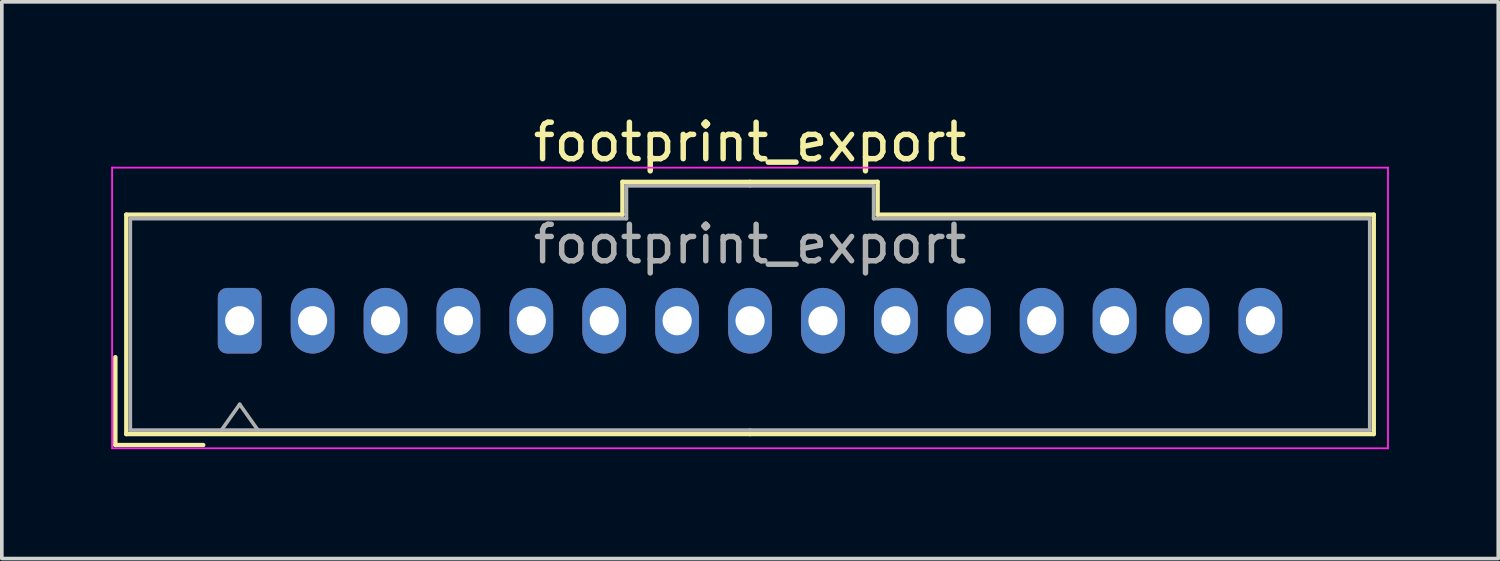
<source format=kicad_pcb>
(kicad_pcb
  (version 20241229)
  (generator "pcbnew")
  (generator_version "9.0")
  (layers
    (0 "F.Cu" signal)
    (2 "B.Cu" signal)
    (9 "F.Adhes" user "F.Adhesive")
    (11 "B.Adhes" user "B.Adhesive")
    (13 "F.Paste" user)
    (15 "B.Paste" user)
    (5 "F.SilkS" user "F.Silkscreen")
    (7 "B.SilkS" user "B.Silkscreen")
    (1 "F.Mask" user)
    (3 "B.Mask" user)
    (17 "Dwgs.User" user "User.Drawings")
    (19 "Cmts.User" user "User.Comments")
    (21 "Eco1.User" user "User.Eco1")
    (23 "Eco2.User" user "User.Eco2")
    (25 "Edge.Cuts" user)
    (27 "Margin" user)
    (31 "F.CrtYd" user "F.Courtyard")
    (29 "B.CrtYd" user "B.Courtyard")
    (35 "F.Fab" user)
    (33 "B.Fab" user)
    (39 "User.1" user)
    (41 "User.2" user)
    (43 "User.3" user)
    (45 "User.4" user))
  (footprint "footprint_export"
    (layer "F.Cu")
    (at 3.525 5.748)
    (property "Reference" "footprint_export" (at 14 -4.9 0) (layer "F.SilkS") (effects (font (size 1 1) (thickness 0.15))))
    (attr through_hole)
    (fp_line (start -3.41 1) (end -3.41 3.41) (stroke (width 0.12) (type solid)) (layer "F.SilkS"))
    (fp_line (start -3.41 3.41) (end -1 3.41) (stroke (width 0.12) (type solid)) (layer "F.SilkS"))
    (fp_line (start -3.11 -2.91) (end -3.11 3.11) (stroke (width 0.12) (type solid)) (layer "F.SilkS"))
    (fp_line (start -3.11 3.11) (end 14 3.11) (stroke (width 0.12) (type solid)) (layer "F.SilkS"))
    (fp_line (start 10.5 -3.81) (end 10.5 -2.91) (stroke (width 0.12) (type solid)) (layer "F.SilkS"))
    (fp_line (start 10.5 -2.91) (end -3.11 -2.91) (stroke (width 0.12) (type solid)) (layer "F.SilkS"))
    (fp_line (start 14 -3.81) (end 10.5 -3.81) (stroke (width 0.12) (type solid)) (layer "F.SilkS"))
    (fp_line (start 14 -3.81) (end 17.5 -3.81) (stroke (width 0.12) (type solid)) (layer "F.SilkS"))
    (fp_line (start 17.5 -3.81) (end 17.5 -2.91) (stroke (width 0.12) (type solid)) (layer "F.SilkS"))
    (fp_line (start 17.5 -2.91) (end 31.11 -2.91) (stroke (width 0.12) (type solid)) (layer "F.SilkS"))
    (fp_line (start 31.11 -2.91) (end 31.11 3.11) (stroke (width 0.12) (type solid)) (layer "F.SilkS"))
    (fp_line (start 31.11 3.11) (end 14 3.11) (stroke (width 0.12) (type solid)) (layer "F.SilkS"))
    (fp_line (start -3.5 -4.2) (end -3.5 3.5) (stroke (width 0.05) (type solid)) (layer "F.CrtYd"))
    (fp_line (start -3.5 3.5) (end 31.5 3.5) (stroke (width 0.05) (type solid)) (layer "F.CrtYd"))
    (fp_line (start 31.5 -4.2) (end -3.5 -4.2) (stroke (width 0.05) (type solid)) (layer "F.CrtYd"))
    (fp_line (start 31.5 3.5) (end 31.5 -4.2) (stroke (width 0.05) (type solid)) (layer "F.CrtYd"))
    (fp_line (start -3 -2.8) (end -3 3) (stroke (width 0.1) (type solid)) (layer "F.Fab"))
    (fp_line (start -3 3) (end 14 3) (stroke (width 0.1) (type solid)) (layer "F.Fab"))
    (fp_line (start -0.5 3) (end 0 2.293) (stroke (width 0.1) (type solid)) (layer "F.Fab"))
    (fp_line (start 0 2.293) (end 0.5 3) (stroke (width 0.1) (type solid)) (layer "F.Fab"))
    (fp_line (start 10.61 -3.7) (end 10.61 -2.8) (stroke (width 0.1) (type solid)) (layer "F.Fab"))
    (fp_line (start 10.61 -2.8) (end -3 -2.8) (stroke (width 0.1) (type solid)) (layer "F.Fab"))
    (fp_line (start 14 -3.7) (end 10.61 -3.7) (stroke (width 0.1) (type solid)) (layer "F.Fab"))
    (fp_line (start 14 -3.7) (end 17.39 -3.7) (stroke (width 0.1) (type solid)) (layer "F.Fab"))
    (fp_line (start 17.39 -3.7) (end 17.39 -2.8) (stroke (width 0.1) (type solid)) (layer "F.Fab"))
    (fp_line (start 17.39 -2.8) (end 31 -2.8) (stroke (width 0.1) (type solid)) (layer "F.Fab"))
    (fp_line (start 31 -2.8) (end 31 3) (stroke (width 0.1) (type solid)) (layer "F.Fab"))
    (fp_line (start 31 3) (end 14 3) (stroke (width 0.1) (type solid)) (layer "F.Fab"))
    (fp_text user "${REFERENCE}" (at 14 -2.1 0) (layer "F.Fab") (effects (font (size 1 1) (thickness 0.15))))
    (pad "1" thru_hole roundrect (at 0 0) (size 1.2 1.8) (drill 0.8) (layers "*.Cu" "*.Mask") (roundrect_rratio 0.208))
    (pad "2" thru_hole oval (at 2 0) (size 1.2 1.8) (drill 0.8) (layers "*.Cu" "*.Mask"))
    (pad "3" thru_hole oval (at 4 0) (size 1.2 1.8) (drill 0.8) (layers "*.Cu" "*.Mask"))
    (pad "4" thru_hole oval (at 6 0) (size 1.2 1.8) (drill 0.8) (layers "*.Cu" "*.Mask"))
    (pad "5" thru_hole oval (at 8 0) (size 1.2 1.8) (drill 0.8) (layers "*.Cu" "*.Mask"))
    (pad "6" thru_hole oval (at 10 0) (size 1.2 1.8) (drill 0.8) (layers "*.Cu" "*.Mask"))
    (pad "7" thru_hole oval (at 12 0) (size 1.2 1.8) (drill 0.8) (layers "*.Cu" "*.Mask"))
    (pad "8" thru_hole oval (at 14 0) (size 1.2 1.8) (drill 0.8) (layers "*.Cu" "*.Mask"))
    (pad "9" thru_hole oval (at 16 0) (size 1.2 1.8) (drill 0.8) (layers "*.Cu" "*.Mask"))
    (pad "10" thru_hole oval (at 18 0) (size 1.2 1.8) (drill 0.8) (layers "*.Cu" "*.Mask"))
    (pad "11" thru_hole oval (at 20 0) (size 1.2 1.8) (drill 0.8) (layers "*.Cu" "*.Mask"))
    (pad "12" thru_hole oval (at 22 0) (size 1.2 1.8) (drill 0.8) (layers "*.Cu" "*.Mask"))
    (pad "13" thru_hole oval (at 24 0) (size 1.2 1.8) (drill 0.8) (layers "*.Cu" "*.Mask"))
    (pad "14" thru_hole oval (at 26 0) (size 1.2 1.8) (drill 0.8) (layers "*.Cu" "*.Mask"))
    (pad "15" thru_hole oval (at 28 0) (size 1.2 1.8) (drill 0.8) (layers "*.Cu" "*.Mask")))
  (gr_rect
    (start -3 -3)
    (end 38.05 12.273)
    (stroke (width 0.1) (type default))
    (fill no)
    (layer "Edge.Cuts")))
</source>
